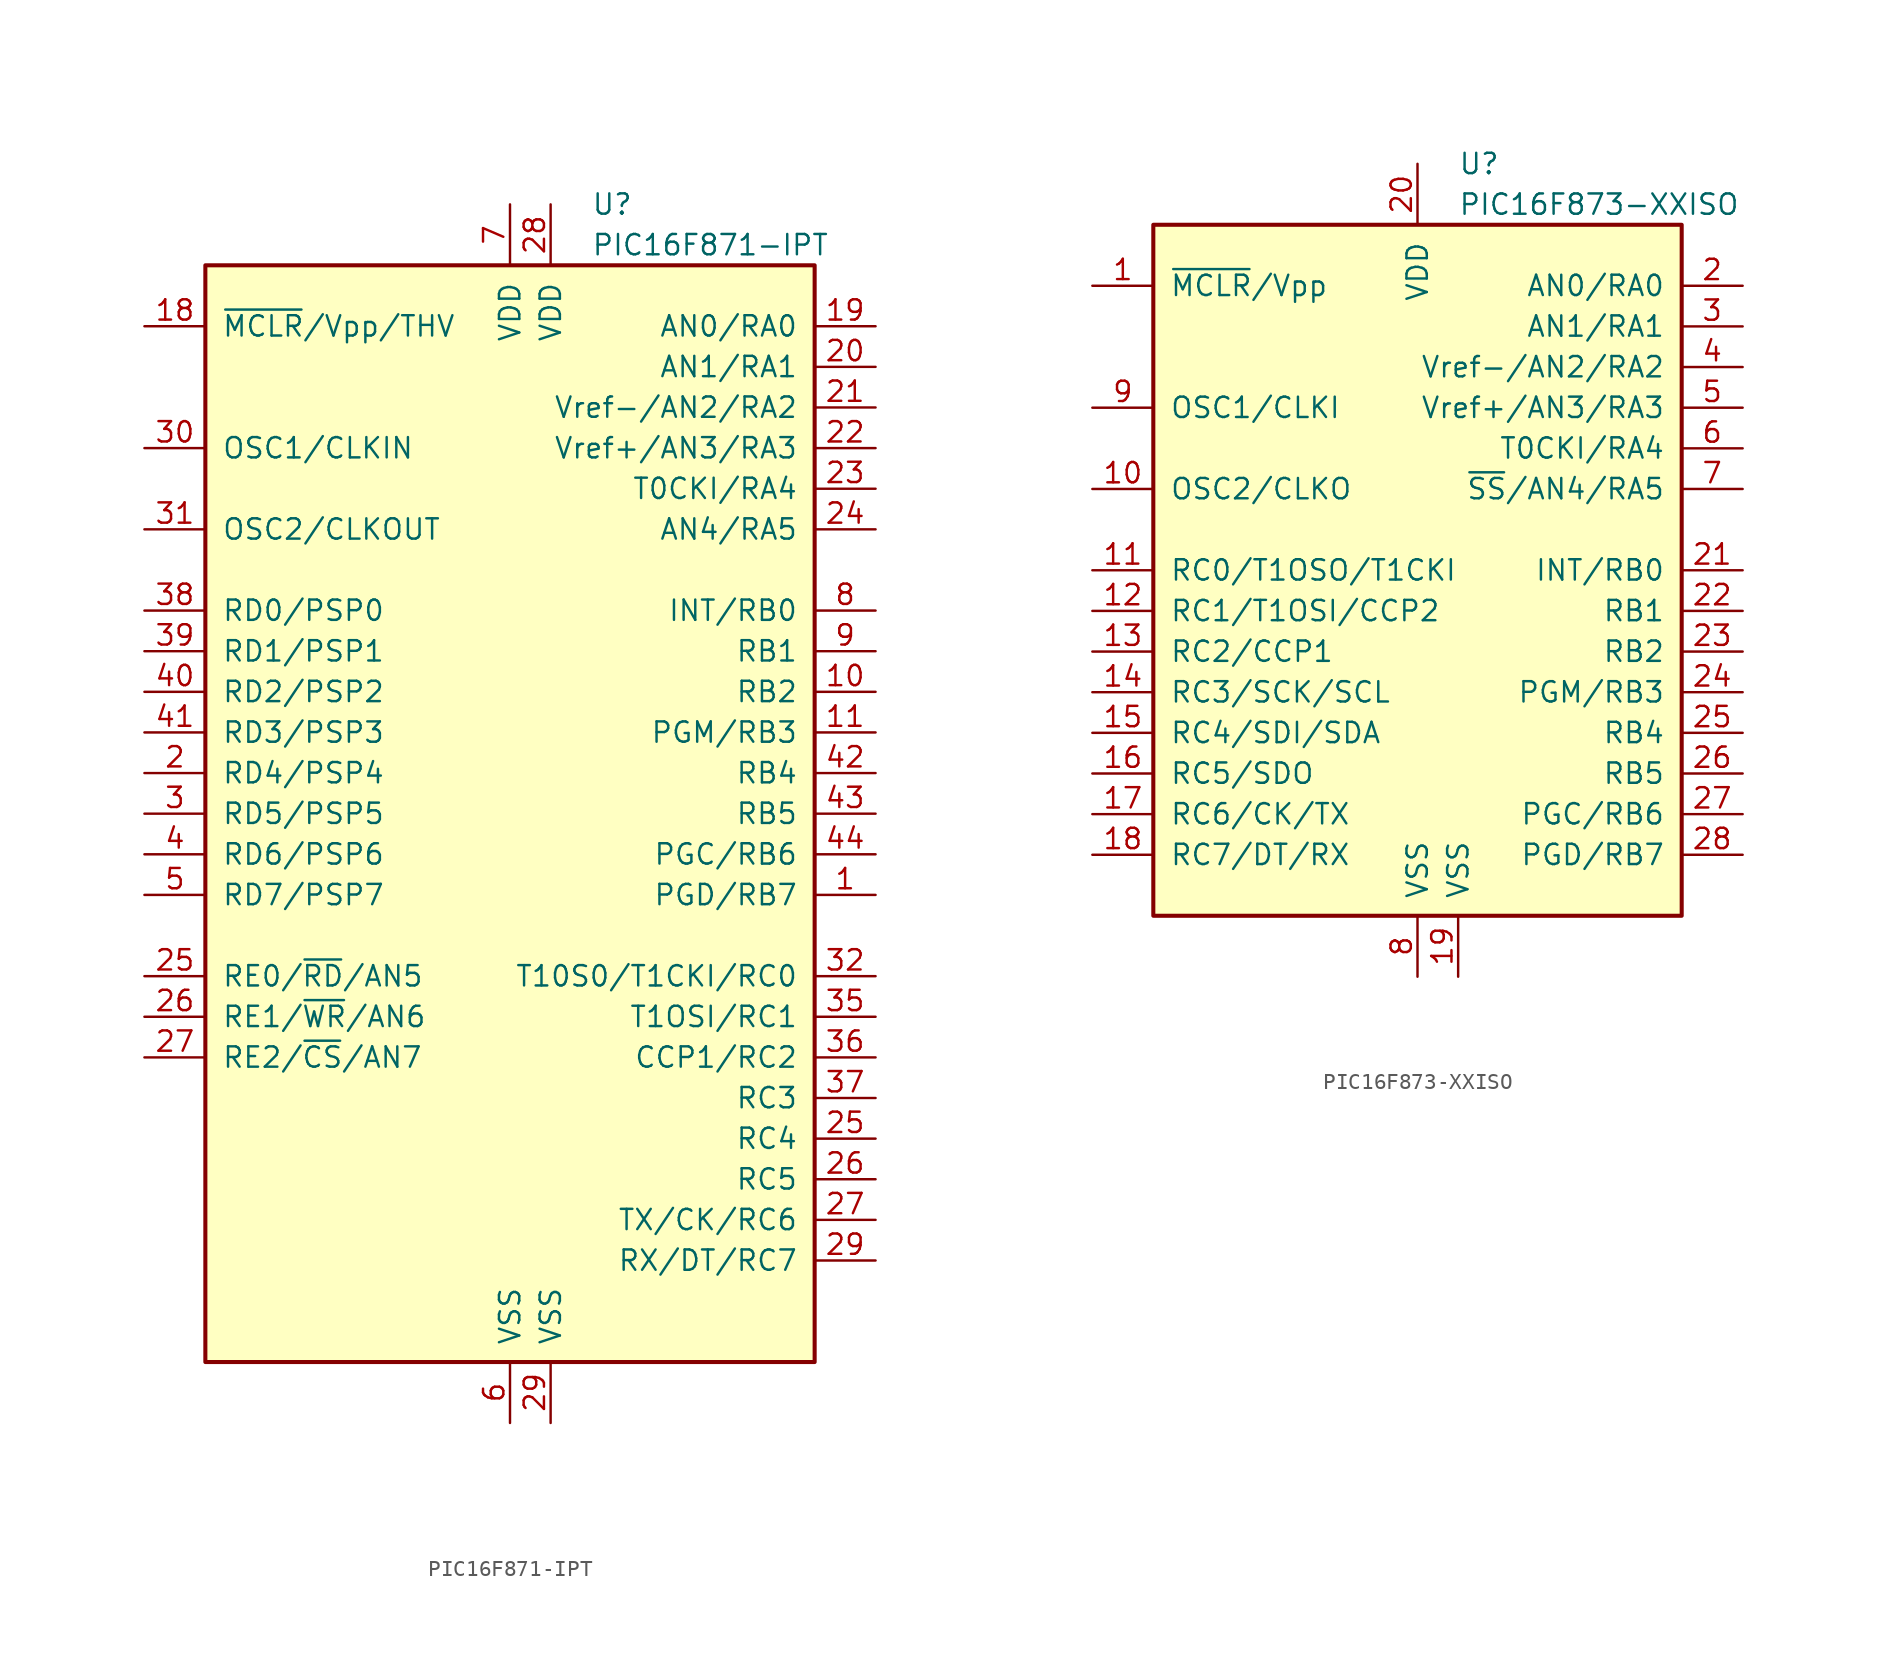
<source format=kicad_sym>
(kicad_symbol_lib
  (version 20241209)
  (generator "kicad_symbol_editor")
  (generator_version "9.0")
  (symbol "PIC16F871-IPT"
    (pin_names
      (offset 1.016))
    (property "Reference" "U"
      (at 5.08 38.1 0)
      (effects (font (size 1.27 1.27)) (justify left)))
    (property "Value" "PIC16F871-IPT"
      (at 5.08 35.56 0)
      (effects (font (size 1.27 1.27)) (justify left)))
    (symbol "PIC16F871-IPT_0_1"
      (rectangle (start -19.05 -34.29) (end 19.05 34.29) (stroke (width 0.254) (type default)) (fill (type background))))
    (symbol "PIC16F871-IPT_1_1"
      (pin input line (at -22.86 30.48 0) (length 3.81) (name "~{MCLR}/Vpp/THV" (effects (font (size 1.27 1.27)))) (number "18" (effects (font (size 1.27 1.27)))))
      (pin input line (at -22.86 22.86 0) (length 3.81) (name "OSC1/CLKIN" (effects (font (size 1.27 1.27)))) (number "30" (effects (font (size 1.27 1.27)))))
      (pin output line (at -22.86 17.78 0) (length 3.81) (name "OSC2/CLKOUT" (effects (font (size 1.27 1.27)))) (number "31" (effects (font (size 1.27 1.27)))))
      (pin bidirectional line (at -22.86 12.7 0) (length 3.81) (name "RD0/PSP0" (effects (font (size 1.27 1.27)))) (number "38" (effects (font (size 1.27 1.27)))))
      (pin bidirectional line (at -22.86 10.16 0) (length 3.81) (name "RD1/PSP1" (effects (font (size 1.27 1.27)))) (number "39" (effects (font (size 1.27 1.27)))))
      (pin bidirectional line (at -22.86 7.62 0) (length 3.81) (name "RD2/PSP2" (effects (font (size 1.27 1.27)))) (number "40" (effects (font (size 1.27 1.27)))))
      (pin bidirectional line (at -22.86 5.08 0) (length 3.81) (name "RD3/PSP3" (effects (font (size 1.27 1.27)))) (number "41" (effects (font (size 1.27 1.27)))))
      (pin bidirectional line (at -22.86 2.54 0) (length 3.81) (name "RD4/PSP4" (effects (font (size 1.27 1.27)))) (number "2" (effects (font (size 1.27 1.27)))))
      (pin bidirectional line (at -22.86 0 0) (length 3.81) (name "RD5/PSP5" (effects (font (size 1.27 1.27)))) (number "3" (effects (font (size 1.27 1.27)))))
      (pin bidirectional line (at -22.86 -2.54 0) (length 3.81) (name "RD6/PSP6" (effects (font (size 1.27 1.27)))) (number "4" (effects (font (size 1.27 1.27)))))
      (pin bidirectional line (at -22.86 -5.08 0) (length 3.81) (name "RD7/PSP7" (effects (font (size 1.27 1.27)))) (number "5" (effects (font (size 1.27 1.27)))))
      (pin bidirectional line (at -22.86 -10.16 0) (length 3.81) (name "RE0/~{RD}/AN5" (effects (font (size 1.27 1.27)))) (number "25" (effects (font (size 1.27 1.27)))))
      (pin bidirectional line (at -22.86 -12.7 0) (length 3.81) (name "RE1/~{WR}/AN6" (effects (font (size 1.27 1.27)))) (number "26" (effects (font (size 1.27 1.27)))))
      (pin bidirectional line (at -22.86 -15.24 0) (length 3.81) (name "RE2/~{CS}/AN7" (effects (font (size 1.27 1.27)))) (number "27" (effects (font (size 1.27 1.27)))))
      (pin power_in line (at 0 38.1 270) (length 3.81) (name "VDD" (effects (font (size 1.27 1.27)))) (number "7" (effects (font (size 1.27 1.27)))))
      (pin power_in line (at 0 -38.1 90) (length 3.81) (name "VSS" (effects (font (size 1.27 1.27)))) (number "6" (effects (font (size 1.27 1.27)))))
      (pin power_in line (at 2.54 38.1 270) (length 3.81) (name "VDD" (effects (font (size 1.27 1.27)))) (number "28" (effects (font (size 1.27 1.27)))))
      (pin power_in line (at 2.54 -38.1 90) (length 3.81) (name "VSS" (effects (font (size 1.27 1.27)))) (number "29" (effects (font (size 1.27 1.27)))))
      (pin bidirectional line (at 22.86 30.48 180) (length 3.81) (name "AN0/RA0" (effects (font (size 1.27 1.27)))) (number "19" (effects (font (size 1.27 1.27)))))
      (pin bidirectional line (at 22.86 27.94 180) (length 3.81) (name "AN1/RA1" (effects (font (size 1.27 1.27)))) (number "20" (effects (font (size 1.27 1.27)))))
      (pin bidirectional line (at 22.86 25.4 180) (length 3.81) (name "Vref-/AN2/RA2" (effects (font (size 1.27 1.27)))) (number "21" (effects (font (size 1.27 1.27)))))
      (pin bidirectional line (at 22.86 22.86 180) (length 3.81) (name "Vref+/AN3/RA3" (effects (font (size 1.27 1.27)))) (number "22" (effects (font (size 1.27 1.27)))))
      (pin bidirectional line (at 22.86 20.32 180) (length 3.81) (name "T0CKI/RA4" (effects (font (size 1.27 1.27)))) (number "23" (effects (font (size 1.27 1.27)))))
      (pin bidirectional line (at 22.86 17.78 180) (length 3.81) (name "AN4/RA5" (effects (font (size 1.27 1.27)))) (number "24" (effects (font (size 1.27 1.27)))))
      (pin bidirectional line (at 22.86 12.7 180) (length 3.81) (name "INT/RB0" (effects (font (size 1.27 1.27)))) (number "8" (effects (font (size 1.27 1.27)))))
      (pin bidirectional line (at 22.86 10.16 180) (length 3.81) (name "RB1" (effects (font (size 1.27 1.27)))) (number "9" (effects (font (size 1.27 1.27)))))
      (pin bidirectional line (at 22.86 7.62 180) (length 3.81) (name "RB2" (effects (font (size 1.27 1.27)))) (number "10" (effects (font (size 1.27 1.27)))))
      (pin bidirectional line (at 22.86 5.08 180) (length 3.81) (name "PGM/RB3" (effects (font (size 1.27 1.27)))) (number "11" (effects (font (size 1.27 1.27)))))
      (pin bidirectional line (at 22.86 2.54 180) (length 3.81) (name "RB4" (effects (font (size 1.27 1.27)))) (number "42" (effects (font (size 1.27 1.27)))))
      (pin bidirectional line (at 22.86 0 180) (length 3.81) (name "RB5" (effects (font (size 1.27 1.27)))) (number "43" (effects (font (size 1.27 1.27)))))
      (pin bidirectional line (at 22.86 -2.54 180) (length 3.81) (name "PGC/RB6" (effects (font (size 1.27 1.27)))) (number "44" (effects (font (size 1.27 1.27)))))
      (pin bidirectional line (at 22.86 -5.08 180) (length 3.81) (name "PGD/RB7" (effects (font (size 1.27 1.27)))) (number "1" (effects (font (size 1.27 1.27)))))
      (pin bidirectional line (at 22.86 -10.16 180) (length 3.81) (name "T10S0/T1CKI/RC0" (effects (font (size 1.27 1.27)))) (number "32" (effects (font (size 1.27 1.27)))))
      (pin bidirectional line (at 22.86 -12.7 180) (length 3.81) (name "T1OSI/RC1" (effects (font (size 1.27 1.27)))) (number "35" (effects (font (size 1.27 1.27)))))
      (pin bidirectional line (at 22.86 -15.24 180) (length 3.81) (name "CCP1/RC2" (effects (font (size 1.27 1.27)))) (number "36" (effects (font (size 1.27 1.27)))))
      (pin bidirectional line (at 22.86 -17.78 180) (length 3.81) (name "RC3" (effects (font (size 1.27 1.27)))) (number "37" (effects (font (size 1.27 1.27)))))
      (pin bidirectional line (at 22.86 -20.32 180) (length 3.81) (name "RC4" (effects (font (size 1.27 1.27)))) (number "25" (effects (font (size 1.27 1.27)))))
      (pin bidirectional line (at 22.86 -22.86 180) (length 3.81) (name "RC5" (effects (font (size 1.27 1.27)))) (number "26" (effects (font (size 1.27 1.27)))))
      (pin bidirectional line (at 22.86 -25.4 180) (length 3.81) (name "TX/CK/RC6" (effects (font (size 1.27 1.27)))) (number "27" (effects (font (size 1.27 1.27)))))
      (pin bidirectional line (at 22.86 -27.94 180) (length 3.81) (name "RX/DT/RC7" (effects (font (size 1.27 1.27)))) (number "29" (effects (font (size 1.27 1.27)))))))
  (symbol "PIC16F873-XXISO"
    (pin_names
      (offset 1.016))
    (property "Reference" "U"
      (at 2.54 25.4 0)
      (effects (font (size 1.27 1.27)) (justify left)))
    (property "Value" "PIC16F873-XXISO"
      (at 2.54 22.86 0)
      (effects (font (size 1.27 1.27)) (justify left)))
    (symbol "PIC16F873-XXISO_0_1"
      (rectangle (start -16.51 21.59) (end 16.51 -21.59) (stroke (width 0.254) (type default)) (fill (type background))))
    (symbol "PIC16F873-XXISO_1_1"
      (pin input line (at -20.32 17.78 0) (length 3.81) (name "~{MCLR}/Vpp" (effects (font (size 1.27 1.27)))) (number "1" (effects (font (size 1.27 1.27)))))
      (pin input line (at -20.32 10.16 0) (length 3.81) (name "OSC1/CLKI" (effects (font (size 1.27 1.27)))) (number "9" (effects (font (size 1.27 1.27)))))
      (pin output line (at -20.32 5.08 0) (length 3.81) (name "OSC2/CLKO" (effects (font (size 1.27 1.27)))) (number "10" (effects (font (size 1.27 1.27)))))
      (pin bidirectional line (at -20.32 0 0) (length 3.81) (name "RC0/T1OSO/T1CKI" (effects (font (size 1.27 1.27)))) (number "11" (effects (font (size 1.27 1.27)))))
      (pin bidirectional line (at -20.32 -2.54 0) (length 3.81) (name "RC1/T1OSI/CCP2" (effects (font (size 1.27 1.27)))) (number "12" (effects (font (size 1.27 1.27)))))
      (pin bidirectional line (at -20.32 -5.08 0) (length 3.81) (name "RC2/CCP1" (effects (font (size 1.27 1.27)))) (number "13" (effects (font (size 1.27 1.27)))))
      (pin bidirectional line (at -20.32 -7.62 0) (length 3.81) (name "RC3/SCK/SCL" (effects (font (size 1.27 1.27)))) (number "14" (effects (font (size 1.27 1.27)))))
      (pin bidirectional line (at -20.32 -10.16 0) (length 3.81) (name "RC4/SDI/SDA" (effects (font (size 1.27 1.27)))) (number "15" (effects (font (size 1.27 1.27)))))
      (pin bidirectional line (at -20.32 -12.7 0) (length 3.81) (name "RC5/SDO" (effects (font (size 1.27 1.27)))) (number "16" (effects (font (size 1.27 1.27)))))
      (pin bidirectional line (at -20.32 -15.24 0) (length 3.81) (name "RC6/CK/TX" (effects (font (size 1.27 1.27)))) (number "17" (effects (font (size 1.27 1.27)))))
      (pin bidirectional line (at -20.32 -17.78 0) (length 3.81) (name "RC7/DT/RX" (effects (font (size 1.27 1.27)))) (number "18" (effects (font (size 1.27 1.27)))))
      (pin power_in line (at 0 25.4 270) (length 3.81) (name "VDD" (effects (font (size 1.27 1.27)))) (number "20" (effects (font (size 1.27 1.27)))))
      (pin power_in line (at 0 -25.4 90) (length 3.81) (name "VSS" (effects (font (size 1.27 1.27)))) (number "8" (effects (font (size 1.27 1.27)))))
      (pin power_in line (at 2.54 -25.4 90) (length 3.81) (name "VSS" (effects (font (size 1.27 1.27)))) (number "19" (effects (font (size 1.27 1.27)))))
      (pin bidirectional line (at 20.32 17.78 180) (length 3.81) (name "AN0/RA0" (effects (font (size 1.27 1.27)))) (number "2" (effects (font (size 1.27 1.27)))))
      (pin bidirectional line (at 20.32 15.24 180) (length 3.81) (name "AN1/RA1" (effects (font (size 1.27 1.27)))) (number "3" (effects (font (size 1.27 1.27)))))
      (pin bidirectional line (at 20.32 12.7 180) (length 3.81) (name "Vref-/AN2/RA2" (effects (font (size 1.27 1.27)))) (number "4" (effects (font (size 1.27 1.27)))))
      (pin bidirectional line (at 20.32 10.16 180) (length 3.81) (name "Vref+/AN3/RA3" (effects (font (size 1.27 1.27)))) (number "5" (effects (font (size 1.27 1.27)))))
      (pin bidirectional line (at 20.32 7.62 180) (length 3.81) (name "T0CKI/RA4" (effects (font (size 1.27 1.27)))) (number "6" (effects (font (size 1.27 1.27)))))
      (pin bidirectional line (at 20.32 5.08 180) (length 3.81) (name "~{SS}/AN4/RA5" (effects (font (size 1.27 1.27)))) (number "7" (effects (font (size 1.27 1.27)))))
      (pin bidirectional line (at 20.32 0 180) (length 3.81) (name "INT/RB0" (effects (font (size 1.27 1.27)))) (number "21" (effects (font (size 1.27 1.27)))))
      (pin bidirectional line (at 20.32 -2.54 180) (length 3.81) (name "RB1" (effects (font (size 1.27 1.27)))) (number "22" (effects (font (size 1.27 1.27)))))
      (pin bidirectional line (at 20.32 -5.08 180) (length 3.81) (name "RB2" (effects (font (size 1.27 1.27)))) (number "23" (effects (font (size 1.27 1.27)))))
      (pin bidirectional line (at 20.32 -7.62 180) (length 3.81) (name "PGM/RB3" (effects (font (size 1.27 1.27)))) (number "24" (effects (font (size 1.27 1.27)))))
      (pin bidirectional line (at 20.32 -10.16 180) (length 3.81) (name "RB4" (effects (font (size 1.27 1.27)))) (number "25" (effects (font (size 1.27 1.27)))))
      (pin bidirectional line (at 20.32 -12.7 180) (length 3.81) (name "RB5" (effects (font (size 1.27 1.27)))) (number "26" (effects (font (size 1.27 1.27)))))
      (pin bidirectional line (at 20.32 -15.24 180) (length 3.81) (name "PGC/RB6" (effects (font (size 1.27 1.27)))) (number "27" (effects (font (size 1.27 1.27)))))
      (pin bidirectional line (at 20.32 -17.78 180) (length 3.81) (name "PGD/RB7" (effects (font (size 1.27 1.27)))) (number "28" (effects (font (size 1.27 1.27))))))))
</source>
